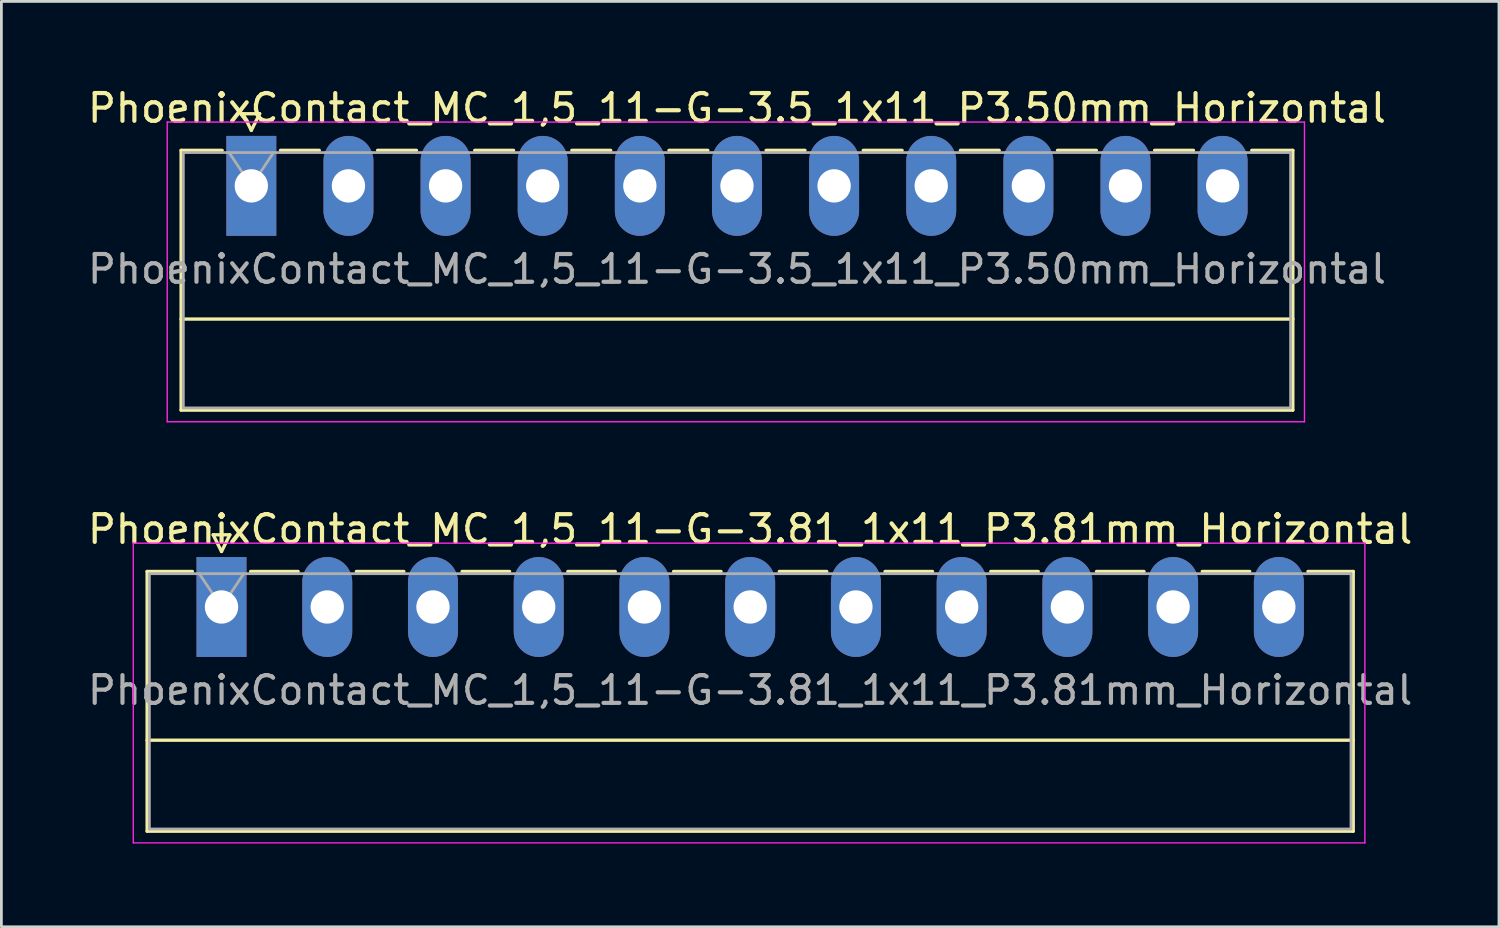
<source format=kicad_pcb>
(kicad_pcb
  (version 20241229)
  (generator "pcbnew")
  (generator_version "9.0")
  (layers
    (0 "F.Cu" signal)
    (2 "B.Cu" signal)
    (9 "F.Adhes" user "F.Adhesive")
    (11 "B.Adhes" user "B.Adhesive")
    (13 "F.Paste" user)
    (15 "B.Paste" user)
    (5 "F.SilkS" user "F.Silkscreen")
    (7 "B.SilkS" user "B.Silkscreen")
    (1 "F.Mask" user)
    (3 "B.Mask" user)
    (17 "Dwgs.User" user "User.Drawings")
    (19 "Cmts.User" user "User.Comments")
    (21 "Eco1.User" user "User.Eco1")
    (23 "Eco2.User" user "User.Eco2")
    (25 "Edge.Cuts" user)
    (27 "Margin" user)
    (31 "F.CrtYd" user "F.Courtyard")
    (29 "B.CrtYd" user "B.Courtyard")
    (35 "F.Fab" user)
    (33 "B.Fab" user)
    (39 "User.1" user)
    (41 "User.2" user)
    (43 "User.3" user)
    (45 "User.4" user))
  (footprint "PhoenixContact_MC_1,5_11-G-3.5_1x11_P3.50mm_Horizontal"
    (layer "F.Cu")
    (at 6.006 3.648)
    (property "Reference" "PhoenixContact_MC_1,5_11-G-3.5_1x11_P3.50mm_Horizontal" (at 17.5 -2.8 0) (layer "F.SilkS") (effects (font (size 1 1) (thickness 0.15))))
    (attr through_hole)
    (fp_line (start -2.53 -1.28) (end -2.53 8.08) (stroke (width 0.12) (type solid)) (layer "F.SilkS"))
    (fp_line (start -2.53 -1.28) (end -1.05 -1.28) (stroke (width 0.12) (type solid)) (layer "F.SilkS"))
    (fp_line (start -2.53 4.8) (end 37.53 4.8) (stroke (width 0.12) (type solid)) (layer "F.SilkS"))
    (fp_line (start -2.53 8.08) (end 37.53 8.08) (stroke (width 0.12) (type solid)) (layer "F.SilkS"))
    (fp_line (start -0.3 -2.6) (end 0.3 -2.6) (stroke (width 0.12) (type solid)) (layer "F.SilkS"))
    (fp_line (start 0 -2) (end -0.3 -2.6) (stroke (width 0.12) (type solid)) (layer "F.SilkS"))
    (fp_line (start 0.3 -2.6) (end 0 -2) (stroke (width 0.12) (type solid)) (layer "F.SilkS"))
    (fp_line (start 1.05 -1.28) (end 2.45 -1.28) (stroke (width 0.12) (type solid)) (layer "F.SilkS"))
    (fp_line (start 4.55 -1.28) (end 5.95 -1.28) (stroke (width 0.12) (type solid)) (layer "F.SilkS"))
    (fp_line (start 8.05 -1.28) (end 9.45 -1.28) (stroke (width 0.12) (type solid)) (layer "F.SilkS"))
    (fp_line (start 11.55 -1.28) (end 12.95 -1.28) (stroke (width 0.12) (type solid)) (layer "F.SilkS"))
    (fp_line (start 15.05 -1.28) (end 16.45 -1.28) (stroke (width 0.12) (type solid)) (layer "F.SilkS"))
    (fp_line (start 18.55 -1.28) (end 19.95 -1.28) (stroke (width 0.12) (type solid)) (layer "F.SilkS"))
    (fp_line (start 22.05 -1.28) (end 23.45 -1.28) (stroke (width 0.12) (type solid)) (layer "F.SilkS"))
    (fp_line (start 25.55 -1.28) (end 26.95 -1.28) (stroke (width 0.12) (type solid)) (layer "F.SilkS"))
    (fp_line (start 29.05 -1.28) (end 30.45 -1.28) (stroke (width 0.12) (type solid)) (layer "F.SilkS"))
    (fp_line (start 32.55 -1.28) (end 33.95 -1.28) (stroke (width 0.12) (type solid)) (layer "F.SilkS"))
    (fp_line (start 37.53 -1.28) (end 36.05 -1.28) (stroke (width 0.12) (type solid)) (layer "F.SilkS"))
    (fp_line (start 37.53 8.08) (end 37.53 -1.28) (stroke (width 0.12) (type solid)) (layer "F.SilkS"))
    (fp_line (start -3.03 -2.3) (end -3.03 8.5) (stroke (width 0.05) (type solid)) (layer "F.CrtYd"))
    (fp_line (start -3.03 8.5) (end 37.95 8.5) (stroke (width 0.05) (type solid)) (layer "F.CrtYd"))
    (fp_line (start 37.95 -2.3) (end -3.03 -2.3) (stroke (width 0.05) (type solid)) (layer "F.CrtYd"))
    (fp_line (start 37.95 8.5) (end 37.95 -2.3) (stroke (width 0.05) (type solid)) (layer "F.CrtYd"))
    (fp_line (start -2.45 -1.2) (end -2.45 8) (stroke (width 0.1) (type solid)) (layer "F.Fab"))
    (fp_line (start -2.45 8) (end 37.45 8) (stroke (width 0.1) (type solid)) (layer "F.Fab"))
    (fp_line (start 0 0) (end -0.8 -1.2) (stroke (width 0.1) (type solid)) (layer "F.Fab"))
    (fp_line (start 0.8 -1.2) (end 0 0) (stroke (width 0.1) (type solid)) (layer "F.Fab"))
    (fp_line (start 37.45 -1.2) (end -2.45 -1.2) (stroke (width 0.1) (type solid)) (layer "F.Fab"))
    (fp_line (start 37.45 8) (end 37.45 -1.2) (stroke (width 0.1) (type solid)) (layer "F.Fab"))
    (fp_text user "${REFERENCE}" (at 17.5 3 0) (layer "F.Fab") (effects (font (size 1 1) (thickness 0.15))))
    (pad "1" thru_hole rect (at 0 0) (size 1.8 3.6) (drill 1.2) (layers "*.Cu" "*.Mask"))
    (pad "2" thru_hole oval (at 3.5 0) (size 1.8 3.6) (drill 1.2) (layers "*.Cu" "*.Mask"))
    (pad "3" thru_hole oval (at 7 0) (size 1.8 3.6) (drill 1.2) (layers "*.Cu" "*.Mask"))
    (pad "4" thru_hole oval (at 10.5 0) (size 1.8 3.6) (drill 1.2) (layers "*.Cu" "*.Mask"))
    (pad "5" thru_hole oval (at 14 0) (size 1.8 3.6) (drill 1.2) (layers "*.Cu" "*.Mask"))
    (pad "6" thru_hole oval (at 17.5 0) (size 1.8 3.6) (drill 1.2) (layers "*.Cu" "*.Mask"))
    (pad "7" thru_hole oval (at 21 0) (size 1.8 3.6) (drill 1.2) (layers "*.Cu" "*.Mask"))
    (pad "8" thru_hole oval (at 24.5 0) (size 1.8 3.6) (drill 1.2) (layers "*.Cu" "*.Mask"))
    (pad "9" thru_hole oval (at 28 0) (size 1.8 3.6) (drill 1.2) (layers "*.Cu" "*.Mask"))
    (pad "10" thru_hole oval (at 31.5 0) (size 1.8 3.6) (drill 1.2) (layers "*.Cu" "*.Mask"))
    (pad "11" thru_hole oval (at 35 0) (size 1.8 3.6) (drill 1.2) (layers "*.Cu" "*.Mask")))
  (footprint "PhoenixContact_MC_1,5_11-G-3.81_1x11_P3.81mm_Horizontal"
    (layer "F.Cu")
    (at 4.932 18.822)
    (property "Reference" "PhoenixContact_MC_1,5_11-G-3.81_1x11_P3.81mm_Horizontal" (at 19.05 -2.8 0) (layer "F.SilkS") (effects (font (size 1 1) (thickness 0.15))))
    (attr through_hole)
    (fp_line (start -2.68 -1.28) (end -2.68 8.08) (stroke (width 0.12) (type solid)) (layer "F.SilkS"))
    (fp_line (start -2.68 -1.28) (end -1.05 -1.28) (stroke (width 0.12) (type solid)) (layer "F.SilkS"))
    (fp_line (start -2.68 4.8) (end 40.78 4.8) (stroke (width 0.12) (type solid)) (layer "F.SilkS"))
    (fp_line (start -2.68 8.08) (end 40.78 8.08) (stroke (width 0.12) (type solid)) (layer "F.SilkS"))
    (fp_line (start -0.3 -2.6) (end 0.3 -2.6) (stroke (width 0.12) (type solid)) (layer "F.SilkS"))
    (fp_line (start 0 -2) (end -0.3 -2.6) (stroke (width 0.12) (type solid)) (layer "F.SilkS"))
    (fp_line (start 0.3 -2.6) (end 0 -2) (stroke (width 0.12) (type solid)) (layer "F.SilkS"))
    (fp_line (start 1.05 -1.28) (end 2.76 -1.28) (stroke (width 0.12) (type solid)) (layer "F.SilkS"))
    (fp_line (start 4.86 -1.28) (end 6.57 -1.28) (stroke (width 0.12) (type solid)) (layer "F.SilkS"))
    (fp_line (start 8.67 -1.28) (end 10.38 -1.28) (stroke (width 0.12) (type solid)) (layer "F.SilkS"))
    (fp_line (start 12.48 -1.28) (end 14.19 -1.28) (stroke (width 0.12) (type solid)) (layer "F.SilkS"))
    (fp_line (start 16.29 -1.28) (end 18 -1.28) (stroke (width 0.12) (type solid)) (layer "F.SilkS"))
    (fp_line (start 20.1 -1.28) (end 21.81 -1.28) (stroke (width 0.12) (type solid)) (layer "F.SilkS"))
    (fp_line (start 23.91 -1.28) (end 25.62 -1.28) (stroke (width 0.12) (type solid)) (layer "F.SilkS"))
    (fp_line (start 27.72 -1.28) (end 29.43 -1.28) (stroke (width 0.12) (type solid)) (layer "F.SilkS"))
    (fp_line (start 31.53 -1.28) (end 33.24 -1.28) (stroke (width 0.12) (type solid)) (layer "F.SilkS"))
    (fp_line (start 35.34 -1.28) (end 37.05 -1.28) (stroke (width 0.12) (type solid)) (layer "F.SilkS"))
    (fp_line (start 40.78 -1.28) (end 39.15 -1.28) (stroke (width 0.12) (type solid)) (layer "F.SilkS"))
    (fp_line (start 40.78 8.08) (end 40.78 -1.28) (stroke (width 0.12) (type solid)) (layer "F.SilkS"))
    (fp_line (start -3.18 -2.3) (end -3.18 8.5) (stroke (width 0.05) (type solid)) (layer "F.CrtYd"))
    (fp_line (start -3.18 8.5) (end 41.2 8.5) (stroke (width 0.05) (type solid)) (layer "F.CrtYd"))
    (fp_line (start 41.2 -2.3) (end -3.18 -2.3) (stroke (width 0.05) (type solid)) (layer "F.CrtYd"))
    (fp_line (start 41.2 8.5) (end 41.2 -2.3) (stroke (width 0.05) (type solid)) (layer "F.CrtYd"))
    (fp_line (start -2.6 -1.2) (end -2.6 8) (stroke (width 0.1) (type solid)) (layer "F.Fab"))
    (fp_line (start -2.6 8) (end 40.7 8) (stroke (width 0.1) (type solid)) (layer "F.Fab"))
    (fp_line (start 0 0) (end -0.8 -1.2) (stroke (width 0.1) (type solid)) (layer "F.Fab"))
    (fp_line (start 0.8 -1.2) (end 0 0) (stroke (width 0.1) (type solid)) (layer "F.Fab"))
    (fp_line (start 40.7 -1.2) (end -2.6 -1.2) (stroke (width 0.1) (type solid)) (layer "F.Fab"))
    (fp_line (start 40.7 8) (end 40.7 -1.2) (stroke (width 0.1) (type solid)) (layer "F.Fab"))
    (fp_text user "${REFERENCE}" (at 19.05 3 0) (layer "F.Fab") (effects (font (size 1 1) (thickness 0.15))))
    (pad "1" thru_hole rect (at 0 0) (size 1.8 3.6) (drill 1.2) (layers "*.Cu" "*.Mask"))
    (pad "2" thru_hole oval (at 3.81 0) (size 1.8 3.6) (drill 1.2) (layers "*.Cu" "*.Mask"))
    (pad "3" thru_hole oval (at 7.62 0) (size 1.8 3.6) (drill 1.2) (layers "*.Cu" "*.Mask"))
    (pad "4" thru_hole oval (at 11.43 0) (size 1.8 3.6) (drill 1.2) (layers "*.Cu" "*.Mask"))
    (pad "5" thru_hole oval (at 15.24 0) (size 1.8 3.6) (drill 1.2) (layers "*.Cu" "*.Mask"))
    (pad "6" thru_hole oval (at 19.05 0) (size 1.8 3.6) (drill 1.2) (layers "*.Cu" "*.Mask"))
    (pad "7" thru_hole oval (at 22.86 0) (size 1.8 3.6) (drill 1.2) (layers "*.Cu" "*.Mask"))
    (pad "8" thru_hole oval (at 26.67 0) (size 1.8 3.6) (drill 1.2) (layers "*.Cu" "*.Mask"))
    (pad "9" thru_hole oval (at 30.48 0) (size 1.8 3.6) (drill 1.2) (layers "*.Cu" "*.Mask"))
    (pad "10" thru_hole oval (at 34.29 0) (size 1.8 3.6) (drill 1.2) (layers "*.Cu" "*.Mask"))
    (pad "11" thru_hole oval (at 38.1 0) (size 1.8 3.6) (drill 1.2) (layers "*.Cu" "*.Mask")))
  (gr_rect
    (start -3 -3)
    (end 50.964 30.346)
    (stroke (width 0.1) (type default))
    (fill no)
    (layer "Edge.Cuts")))
</source>
